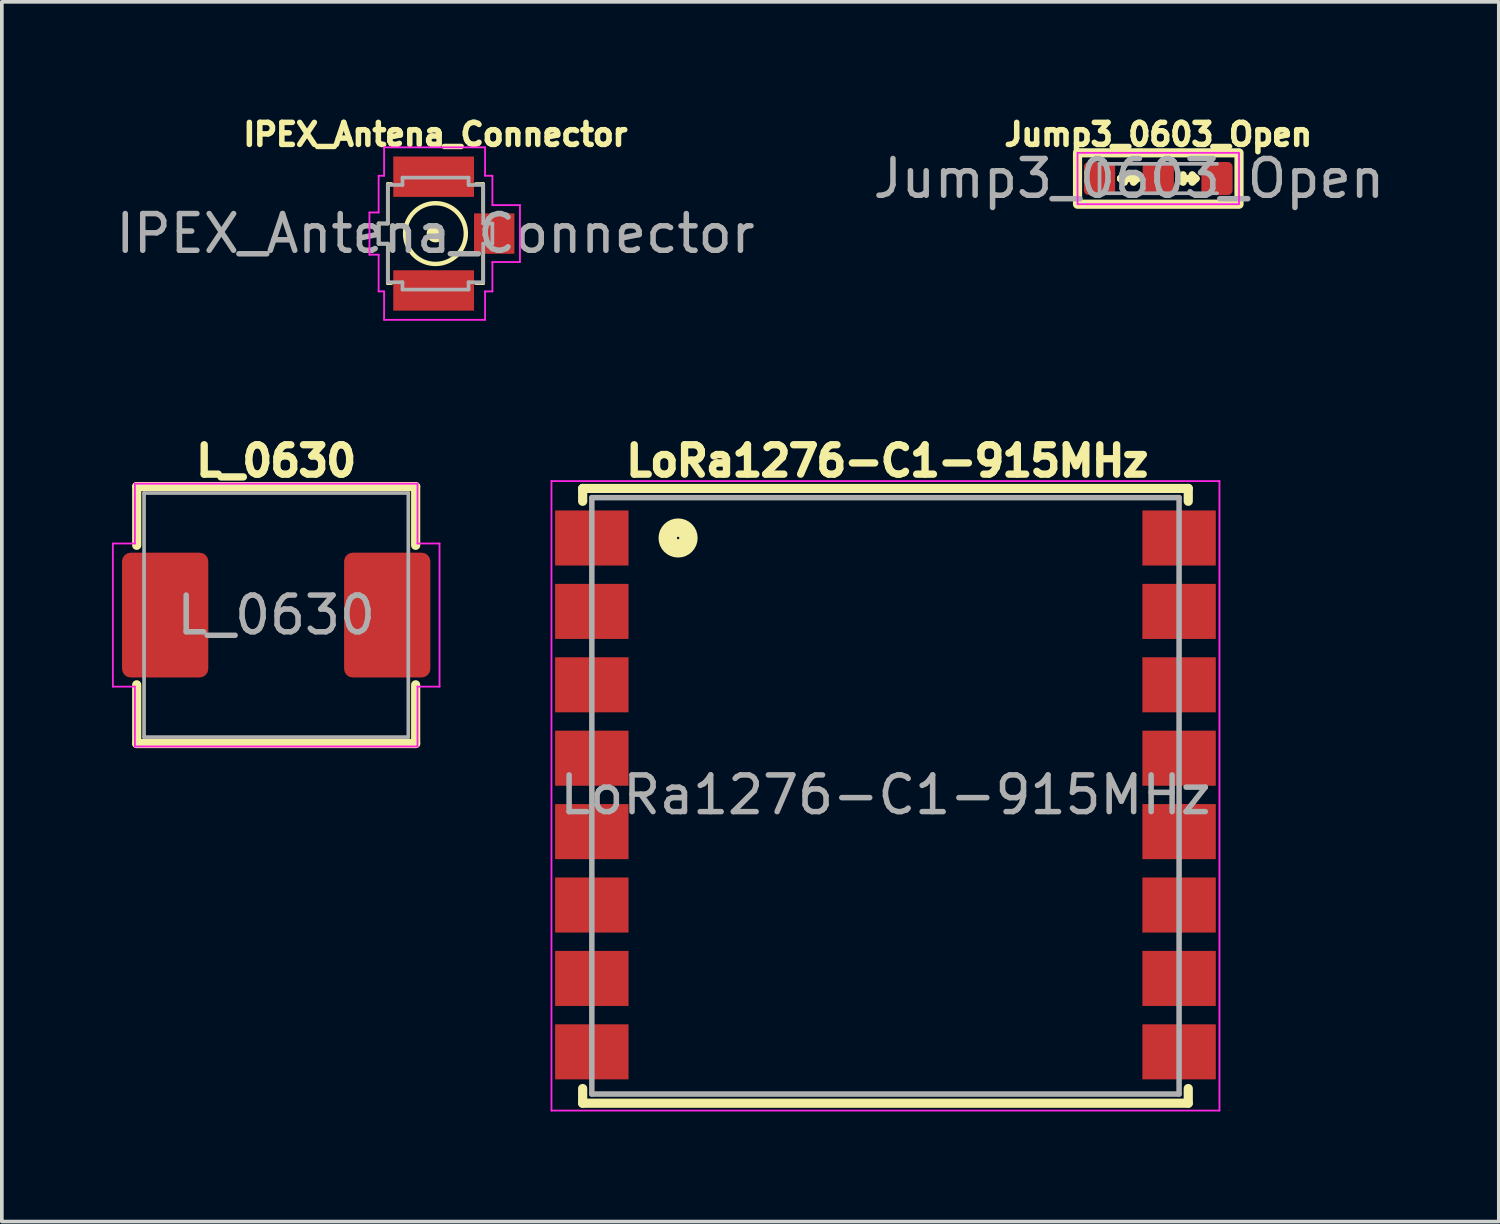
<source format=kicad_pcb>
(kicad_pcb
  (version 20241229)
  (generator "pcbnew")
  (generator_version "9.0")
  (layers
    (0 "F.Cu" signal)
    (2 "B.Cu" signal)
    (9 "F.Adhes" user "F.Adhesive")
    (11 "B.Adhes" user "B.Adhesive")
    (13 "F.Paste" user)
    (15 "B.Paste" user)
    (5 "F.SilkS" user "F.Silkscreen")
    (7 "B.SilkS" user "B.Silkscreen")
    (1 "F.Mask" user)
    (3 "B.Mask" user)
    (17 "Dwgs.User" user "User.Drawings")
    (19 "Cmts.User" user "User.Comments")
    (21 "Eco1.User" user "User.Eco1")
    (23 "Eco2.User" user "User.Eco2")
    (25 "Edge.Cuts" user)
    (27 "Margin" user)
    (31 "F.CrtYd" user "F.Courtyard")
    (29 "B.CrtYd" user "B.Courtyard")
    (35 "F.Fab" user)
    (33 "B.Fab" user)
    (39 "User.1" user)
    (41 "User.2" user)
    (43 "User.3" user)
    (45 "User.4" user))
  (footprint "Jump3_0603_Open"
    (layer "F.Cu")
    (at 28.508 1.814)
    (property "Reference" "Jump3_0603_Open" (at 0 -1.2 0) (unlocked yes) (layer "F.SilkS") (effects (font (size 0.6 0.6) (thickness 0.15) (bold yes))))
    (attr smd)
    (fp_line (start -1.025 0) (end -0.925 -0.1) (stroke (width 0.2) (type default)) (layer "F.SilkS"))
    (fp_line (start -1.025 0) (end -0.925 0.1) (stroke (width 0.2) (type default)) (layer "F.SilkS"))
    (fp_line (start -1.025 0) (end -0.575 0) (stroke (width 0.2) (type default)) (layer "F.SilkS"))
    (fp_line (start -0.575 0) (end -0.675 -0.1) (stroke (width 0.2) (type default)) (layer "F.SilkS"))
    (fp_line (start -0.575 0) (end -0.675 0.1) (stroke (width 0.2) (type default)) (layer "F.SilkS"))
    (fp_line (start 0.575 0) (end 0.675 -0.1) (stroke (width 0.2) (type default)) (layer "F.SilkS"))
    (fp_line (start 0.575 0) (end 0.675 0.1) (stroke (width 0.2) (type default)) (layer "F.SilkS"))
    (fp_line (start 0.575 0) (end 1.025 0) (stroke (width 0.2) (type default)) (layer "F.SilkS"))
    (fp_line (start 1.025 0) (end 0.925 -0.1) (stroke (width 0.2) (type default)) (layer "F.SilkS"))
    (fp_line (start 1.025 0) (end 0.925 0.1) (stroke (width 0.2) (type default)) (layer "F.SilkS"))
    (fp_rect (start -2.2 -0.7) (end 2.2 0.7) (stroke (width 0.25) (type default)) (fill no) (layer "F.SilkS"))
    (fp_rect (start -2.2 -0.7) (end 2.2 0.7) (stroke (width 0.05) (type default)) (fill no) (layer "F.CrtYd"))
    (fp_line (start -1.6 -0.4) (end 0 -0.4) (stroke (width 0.1) (type solid)) (layer "F.Fab"))
    (fp_line (start -1.6 0.4) (end -1.6 -0.4) (stroke (width 0.1) (type solid)) (layer "F.Fab"))
    (fp_line (start 0 -0.4) (end 0 0.4) (stroke (width 0.1) (type solid)) (layer "F.Fab"))
    (fp_line (start 0 0.4) (end -1.6 0.4) (stroke (width 0.1) (type solid)) (layer "F.Fab"))
    (fp_line (start 0 0.4) (end 1.6 0.4) (stroke (width 0.1) (type solid)) (layer "F.Fab"))
    (fp_line (start 1.6 -0.4) (end 0 -0.4) (stroke (width 0.1) (type solid)) (layer "F.Fab"))
    (fp_text user "${REFERENCE}" (at -0.8 0 0) (unlocked yes) (layer "F.Fab") (effects (font (size 1 1) (thickness 0.15))))
    (pad "1" smd roundrect (at -1.6 0) (size 0.85 0.9) (layers "F.Cu" "F.Mask" "F.Paste") (roundrect_rratio 0.15))
    (pad "2" smd roundrect (at 0 0) (size 0.85 0.9) (layers "F.Cu" "F.Mask" "F.Paste") (roundrect_rratio 0.15))
    (pad "3" smd roundrect (at 1.6 0) (size 0.85 0.9) (layers "F.Cu" "F.Mask" "F.Paste") (roundrect_rratio 0.15)))
  (footprint "L_0630"
    (layer "F.Cu")
    (at 4.475 13.708)
    (property "Reference" "L_0630" (at 0 -4.2 0) (unlocked yes) (layer "F.SilkS") (effects (font (size 0.8 0.8) (thickness 0.2) (bold yes))))
    (attr smd)
    (fp_line (start -3.8 -3.5) (end -3.8 -1.9) (stroke (width 0.25) (type solid)) (layer "F.SilkS"))
    (fp_line (start -3.8 3.5) (end -3.8 1.9) (stroke (width 0.25) (type solid)) (layer "F.SilkS"))
    (fp_line (start -3.8 3.5) (end 3.8 3.5) (stroke (width 0.25) (type solid)) (layer "F.SilkS"))
    (fp_line (start 3.8 -3.5) (end -3.8 -3.5) (stroke (width 0.25) (type solid)) (layer "F.SilkS"))
    (fp_line (start 3.8 -3.5) (end 3.8 -1.9) (stroke (width 0.25) (type solid)) (layer "F.SilkS"))
    (fp_line (start 3.8 3.5) (end 3.8 1.9) (stroke (width 0.25) (type solid)) (layer "F.SilkS"))
    (fp_line (start -4.45 -1.95) (end -4.45 1.95) (stroke (width 0.05) (type solid)) (layer "F.CrtYd"))
    (fp_line (start -4.45 1.95) (end -3.85 1.95) (stroke (width 0.05) (type solid)) (layer "F.CrtYd"))
    (fp_line (start -3.85 -3.58) (end -3.85 -1.95) (stroke (width 0.05) (type solid)) (layer "F.CrtYd"))
    (fp_line (start -3.85 -1.95) (end -4.45 -1.95) (stroke (width 0.05) (type solid)) (layer "F.CrtYd"))
    (fp_line (start -3.85 1.95) (end -3.85 3.58) (stroke (width 0.05) (type solid)) (layer "F.CrtYd"))
    (fp_line (start -3.85 3.58) (end 3.85 3.58) (stroke (width 0.05) (type solid)) (layer "F.CrtYd"))
    (fp_line (start 3.85 -3.58) (end -3.85 -3.58) (stroke (width 0.05) (type solid)) (layer "F.CrtYd"))
    (fp_line (start 3.85 -1.95) (end 3.85 -3.58) (stroke (width 0.05) (type solid)) (layer "F.CrtYd"))
    (fp_line (start 3.85 1.95) (end 4.45 1.95) (stroke (width 0.05) (type solid)) (layer "F.CrtYd"))
    (fp_line (start 3.85 3.58) (end 3.85 1.95) (stroke (width 0.05) (type solid)) (layer "F.CrtYd"))
    (fp_line (start 4.45 -1.95) (end 3.85 -1.95) (stroke (width 0.05) (type solid)) (layer "F.CrtYd"))
    (fp_line (start 4.45 1.95) (end 4.45 -1.95) (stroke (width 0.05) (type solid)) (layer "F.CrtYd"))
    (fp_line (start -3.6 -3.325) (end 3.6 -3.325) (stroke (width 0.1) (type solid)) (layer "F.Fab"))
    (fp_line (start -3.6 3.325) (end -3.6 -3.325) (stroke (width 0.1) (type solid)) (layer "F.Fab"))
    (fp_line (start 3.6 -3.325) (end 3.6 3.325) (stroke (width 0.1) (type solid)) (layer "F.Fab"))
    (fp_line (start 3.6 3.325) (end -3.6 3.325) (stroke (width 0.1) (type solid)) (layer "F.Fab"))
    (fp_text user "${REFERENCE}" (at 0 0 0) (unlocked yes) (layer "F.Fab") (effects (font (size 1 1) (thickness 0.15))))
    (pad "1" smd roundrect (at -3.025 0) (size 2.35 3.4) (layers "F.Cu" "F.Mask" "F.Paste") (roundrect_rratio 0.1))
    (pad "2" smd roundrect (at 3.025 0) (size 2.35 3.4) (layers "F.Cu" "F.Mask" "F.Paste") (roundrect_rratio 0.1)))
  (footprint "IPEX_Antena_Connector"
    (layer "F.Cu")
    (at 8.815 3.314)
    (property "Reference" "IPEX_Antena_Connector" (at 0 -2.7 0) (unlocked yes) (layer "F.SilkS") (effects (font (size 0.6 0.6) (thickness 0.15) (bold yes))))
    (attr smd)
    (fp_line (start -1.549 -0.275) (end -1.549 0.275) (stroke (width 0.1) (type default)) (layer "F.SilkS"))
    (fp_line (start -1.549 0.275) (end -1.299 0.275) (stroke (width 0.1) (type default)) (layer "F.SilkS"))
    (fp_line (start -1.299 -1.35) (end -1.2 -1.35) (stroke (width 0.1) (type default)) (layer "F.SilkS"))
    (fp_line (start -1.299 -1.325) (end -1.299 -1.35) (stroke (width 0.1) (type default)) (layer "F.SilkS"))
    (fp_line (start -1.299 -1.325) (end -1.299 -0.275) (stroke (width 0.1) (type default)) (layer "F.SilkS"))
    (fp_line (start -1.299 -0.275) (end -1.549 -0.275) (stroke (width 0.1) (type default)) (layer "F.SilkS"))
    (fp_line (start -1.299 0.275) (end -1.299 1.325) (stroke (width 0.1) (type default)) (layer "F.SilkS"))
    (fp_line (start -1.299 1.325) (end -1.299 1.35) (stroke (width 0.1) (type default)) (layer "F.SilkS"))
    (fp_line (start -1.299 1.35) (end -1.2 1.35) (stroke (width 0.1) (type default)) (layer "F.SilkS"))
    (fp_line (start 1.3 -1.35) (end 1.1 -1.35) (stroke (width 0.1) (type default)) (layer "F.SilkS"))
    (fp_line (start 1.3 -0.6) (end 1.3 -1.35) (stroke (width 0.1) (type default)) (layer "F.SilkS"))
    (fp_line (start 1.3 1.35) (end 1.1 1.35) (stroke (width 0.1) (type default)) (layer "F.SilkS"))
    (fp_line (start 1.3 1.35) (end 1.3 0.6) (stroke (width 0.1) (type default)) (layer "F.SilkS"))
    (fp_circle (center 0 0) (end 0.18 0) (stroke (width 0.12) (type solid)) (fill yes) (layer "F.SilkS"))
    (fp_circle (center 0 0) (end 0.75 0.35) (stroke (width 0.12) (type solid)) (fill no) (layer "F.SilkS"))
    (fp_line (start -1.799 0.575) (end -1.549 0.575) (stroke (width 0.05) (type solid)) (layer "F.CrtYd"))
    (fp_line (start -1.799 -0.575) (end -1.799 0.575) (stroke (width 0.05) (type solid)) (layer "F.CrtYd"))
    (fp_line (start -1.549 -1.575) (end -1.549 -0.575) (stroke (width 0.05) (type solid)) (layer "F.CrtYd"))
    (fp_line (start -1.549 -0.575) (end -1.799 -0.575) (stroke (width 0.05) (type solid)) (layer "F.CrtYd"))
    (fp_line (start -1.549 1.575) (end -1.549 0.575) (stroke (width 0.05) (type solid)) (layer "F.CrtYd"))
    (fp_line (start -1.4 -1.575) (end -1.549 -1.575) (stroke (width 0.05) (type solid)) (layer "F.CrtYd"))
    (fp_line (start -1.4 -1.575) (end -1.4 -2.35) (stroke (width 0.05) (type solid)) (layer "F.CrtYd"))
    (fp_line (start -1.4 1.575) (end -1.549 1.575) (stroke (width 0.05) (type solid)) (layer "F.CrtYd"))
    (fp_line (start -1.4 2.35) (end -1.4 1.575) (stroke (width 0.05) (type solid)) (layer "F.CrtYd"))
    (fp_line (start 1.35 -2.35) (end -1.4 -2.35) (stroke (width 0.05) (type solid)) (layer "F.CrtYd"))
    (fp_line (start 1.351 -1.575) (end 1.551 -1.575) (stroke (width 0.05) (type solid)) (layer "F.CrtYd"))
    (fp_line (start 1.351 -1.575) (end 1.351 -2.35) (stroke (width 0.05) (type solid)) (layer "F.CrtYd"))
    (fp_line (start 1.351 1.575) (end 1.551 1.575) (stroke (width 0.05) (type solid)) (layer "F.CrtYd"))
    (fp_line (start 1.351 2.35) (end -1.4 2.35) (stroke (width 0.05) (type solid)) (layer "F.CrtYd"))
    (fp_line (start 1.351 2.35) (end 1.351 1.575) (stroke (width 0.05) (type solid)) (layer "F.CrtYd"))
    (fp_line (start 1.551 -0.775) (end 1.551 -1.575) (stroke (width 0.05) (type solid)) (layer "F.CrtYd"))
    (fp_line (start 1.551 -0.775) (end 2.301 -0.775) (stroke (width 0.05) (type solid)) (layer "F.CrtYd"))
    (fp_line (start 1.551 0.775) (end 2.301 0.775) (stroke (width 0.05) (type solid)) (layer "F.CrtYd"))
    (fp_line (start 1.551 1.575) (end 1.551 0.775) (stroke (width 0.05) (type solid)) (layer "F.CrtYd"))
    (fp_line (start 2.301 0.775) (end 2.301 -0.775) (stroke (width 0.05) (type solid)) (layer "F.CrtYd"))
    (fp_line (start -1.549 -0.275) (end -1.549 0.275) (stroke (width 0.1) (type default)) (layer "F.Fab"))
    (fp_line (start -1.549 -0.275) (end -1.299 -0.275) (stroke (width 0.1) (type default)) (layer "F.Fab"))
    (fp_line (start -1.549 0.275) (end -1.299 0.275) (stroke (width 0.1) (type default)) (layer "F.Fab"))
    (fp_line (start -1.299 -1.325) (end -1.299 -0.275) (stroke (width 0.1) (type default)) (layer "F.Fab"))
    (fp_line (start -1.299 0.275) (end -1.299 1.292) (stroke (width 0.1) (type default)) (layer "F.Fab"))
    (fp_line (start -0.899 -1.525) (end -0.899 -1.325) (stroke (width 0.1) (type default)) (layer "F.Fab"))
    (fp_line (start -0.899 -1.325) (end -1.299 -1.325) (stroke (width 0.1) (type default)) (layer "F.Fab"))
    (fp_line (start -0.899 1.325) (end -1.299 1.325) (stroke (width 0.1) (type default)) (layer "F.Fab"))
    (fp_line (start -0.899 1.325) (end -0.899 1.525) (stroke (width 0.1) (type default)) (layer "F.Fab"))
    (fp_line (start 0.901 -1.525) (end -0.899 -1.525) (stroke (width 0.1) (type default)) (layer "F.Fab"))
    (fp_line (start 0.901 -1.525) (end 0.901 -1.325) (stroke (width 0.1) (type default)) (layer "F.Fab"))
    (fp_line (start 0.901 1.325) (end 0.901 1.525) (stroke (width 0.1) (type default)) (layer "F.Fab"))
    (fp_line (start 0.901 1.525) (end -0.899 1.525) (stroke (width 0.1) (type default)) (layer "F.Fab"))
    (fp_line (start 1.301 -1.325) (end 0.901 -1.325) (stroke (width 0.1) (type default)) (layer "F.Fab"))
    (fp_line (start 1.301 -1.325) (end 1.301 -0.275) (stroke (width 0.1) (type default)) (layer "F.Fab"))
    (fp_line (start 1.301 -0.275) (end 1.55 -0.275) (stroke (width 0.1) (type default)) (layer "F.Fab"))
    (fp_line (start 1.301 0.275) (end 1.301 1.325) (stroke (width 0.1) (type default)) (layer "F.Fab"))
    (fp_line (start 1.301 0.275) (end 1.55 0.275) (stroke (width 0.1) (type default)) (layer "F.Fab"))
    (fp_line (start 1.301 1.325) (end 0.901 1.325) (stroke (width 0.1) (type default)) (layer "F.Fab"))
    (fp_line (start 1.55 -0.275) (end 1.55 0.275) (stroke (width 0.1) (type default)) (layer "F.Fab"))
    (fp_text user "${REFERENCE}" (at 0 0 0) (unlocked yes) (layer "F.Fab") (effects (font (size 1 1) (thickness 0.15))))
    (pad "1" smd rect (at 1.6 0) (size 1.1 1.1) (layers "F.Cu" "F.Mask" "F.Paste"))
    (pad "2" smd rect (at -0.05 1.55) (size 2.2 1.1) (layers "F.Cu" "F.Mask" "F.Paste"))
    (pad "2" smd rect (at -0.05 -1.55) (size 2.2 1.1) (layers "F.Cu" "F.Mask" "F.Paste"))
    (zone (net_name "") (layers "F.Cu" "B.Cu") (hatch edge 0.5) (connect_pads) (min_thickness 0.25) (filled_areas_thickness no) (keepout (tracks not_allowed) (vias not_allowed) (pads not_allowed) (copperpour not_allowed) (footprints allowed)) (placement (enabled no)) (fill) (polygon (pts (xy 7.715 2.314) (xy 9.815 2.314) (xy 9.815 4.314) (xy 7.715 4.314)))))
  (footprint "LoRa1276-C1-915MHz"
    (layer "F.Cu")
    (at 21.075 18.608)
    (property "Reference" "LoRa1276-C1-915MHz" (at 0.05 -9.1 0) (unlocked yes) (layer "F.SilkS") (effects (font (size 0.8 0.8) (thickness 0.2) (bold yes))))
    (attr smd)
    (fp_line (start -8.25 -8.35) (end 8.25 -8.35) (stroke (width 0.25) (type solid)) (layer "F.SilkS"))
    (fp_line (start -8.25 -8) (end -8.25 -8.35) (stroke (width 0.25) (type solid)) (layer "F.SilkS"))
    (fp_line (start -8.25 8) (end -8.25 8.4) (stroke (width 0.25) (type solid)) (layer "F.SilkS"))
    (fp_line (start -8.25 8.4) (end 8.25 8.4) (stroke (width 0.25) (type solid)) (layer "F.SilkS"))
    (fp_line (start 8.25 -8.35) (end 8.25 -8) (stroke (width 0.25) (type solid)) (layer "F.SilkS"))
    (fp_line (start 8.25 8.4) (end 8.25 8) (stroke (width 0.25) (type solid)) (layer "F.SilkS"))
    (fp_circle (center -5.65 -7) (end -5.367 -7) (stroke (width 0.5) (type default)) (fill no) (layer "F.SilkS"))
    (fp_line (start -9.1 -8.55) (end 9.1 -8.55) (stroke (width 0.05) (type solid)) (layer "F.CrtYd"))
    (fp_line (start -9.1 8.6) (end -9.1 -8.55) (stroke (width 0.05) (type solid)) (layer "F.CrtYd"))
    (fp_line (start 9.1 -8.55) (end 9.1 8.6) (stroke (width 0.05) (type solid)) (layer "F.CrtYd"))
    (fp_line (start 9.1 8.6) (end -9.1 8.6) (stroke (width 0.05) (type solid)) (layer "F.CrtYd"))
    (fp_line (start -8 -8.1) (end 8 -8.1) (stroke (width 0.15) (type solid)) (layer "F.Fab"))
    (fp_line (start -8 8.15) (end -8 -8.1) (stroke (width 0.15) (type solid)) (layer "F.Fab"))
    (fp_line (start 8 -8.1) (end 8 8.15) (stroke (width 0.15) (type solid)) (layer "F.Fab"))
    (fp_line (start 8 8.15) (end -8 8.15) (stroke (width 0.15) (type solid)) (layer "F.Fab"))
    (fp_text user "${REFERENCE}" (at 0 0 0) (unlocked yes) (layer "F.Fab") (effects (font (size 1 1) (thickness 0.15))))
    (pad "1" smd rect (at -8 -7) (size 2 1.5) (layers "F.Cu" "F.Mask" "F.Paste"))
    (pad "2" smd rect (at -8 -5) (size 2 1.5) (layers "F.Cu" "F.Mask" "F.Paste"))
    (pad "3" smd rect (at -8 -3) (size 2 1.5) (layers "F.Cu" "F.Mask" "F.Paste"))
    (pad "4" smd rect (at -8 -1) (size 2 1.5) (layers "F.Cu" "F.Mask" "F.Paste"))
    (pad "5" smd rect (at -8 1) (size 2 1.5) (layers "F.Cu" "F.Mask" "F.Paste"))
    (pad "6" smd rect (at -8 3) (size 2 1.5) (layers "F.Cu" "F.Mask" "F.Paste"))
    (pad "7" smd rect (at -8 5) (size 2 1.5) (layers "F.Cu" "F.Mask" "F.Paste"))
    (pad "8" smd rect (at -8 7) (size 2 1.5) (layers "F.Cu" "F.Mask" "F.Paste"))
    (pad "9" smd rect (at 8 7) (size 2 1.5) (layers "F.Cu" "F.Mask" "F.Paste"))
    (pad "10" smd rect (at 8 5) (size 2 1.5) (layers "F.Cu" "F.Mask" "F.Paste"))
    (pad "11" smd rect (at 8 3) (size 2 1.5) (layers "F.Cu" "F.Mask" "F.Paste"))
    (pad "12" smd rect (at 8 1) (size 2 1.5) (layers "F.Cu" "F.Mask" "F.Paste"))
    (pad "13" smd rect (at 8 -1) (size 2 1.5) (layers "F.Cu" "F.Mask" "F.Paste"))
    (pad "14" smd rect (at 8 -3) (size 2 1.5) (layers "F.Cu" "F.Mask" "F.Paste"))
    (pad "15" smd rect (at 8 -5) (size 2 1.5) (layers "F.Cu" "F.Mask" "F.Paste"))
    (pad "16" smd rect (at 8 -7) (size 2 1.5) (layers "F.Cu" "F.Mask" "F.Paste")))
  (gr_rect
    (start -3 -3)
    (end 37.786 30.233)
    (stroke (width 0.1) (type default))
    (fill no)
    (layer "Edge.Cuts")))
</source>
